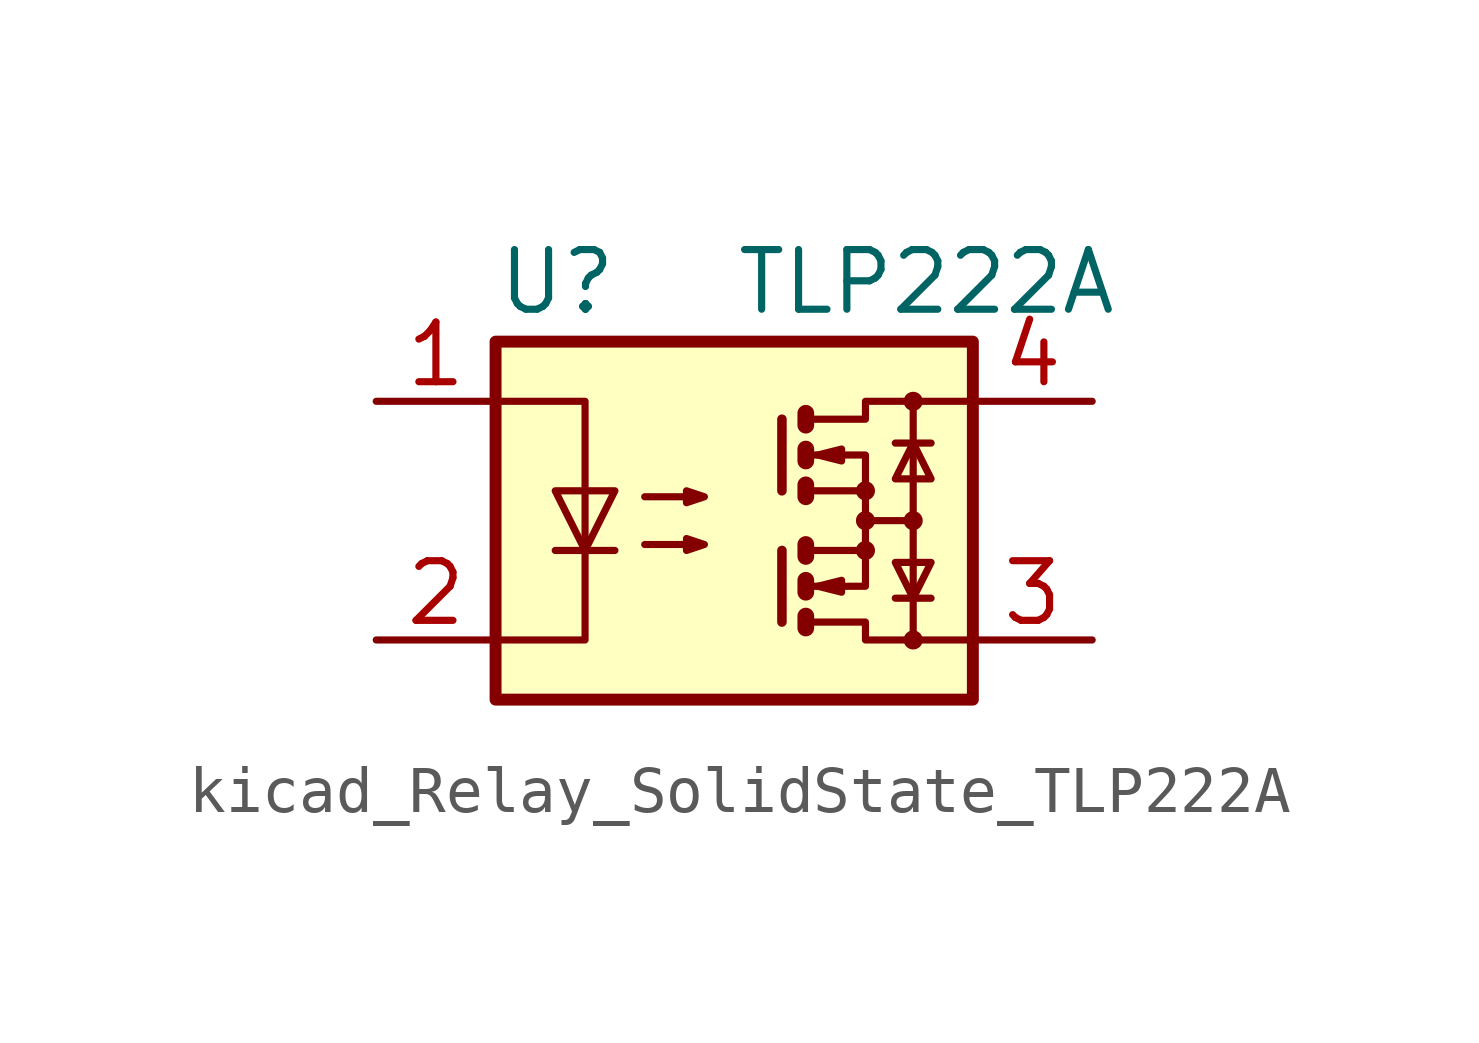
<source format=kicad_sym>
(kicad_symbol_lib
  (version 20220914)
  (generator kicad_symbol_editor)
  (symbol "kicad_Relay_SolidState_TLP222A"
    (property "Reference" "U"
      (at -5.08 5.08 0)
      (effects (font (size 1.27 1.27)) (justify left)))
    (property "Value" "TLP222A"
      (at 0 5.08 0)
      (effects (font (size 1.27 1.27)) (justify left)))
    (symbol "kicad_Relay_SolidState_TLP222A_0_1"
      (rectangle (start -5.08 3.81) (end 5.08 -3.81) (stroke (width 0.254) (type default)) (fill (type background)))
      (polyline (pts (xy -3.81 -0.635) (xy -2.54 -0.635)) (stroke (width 0) (type default)) (fill (type none)))
      (polyline (pts (xy 1.016 -0.635) (xy 1.016 -2.159)) (stroke (width 0.203) (type default)) (fill (type none)))
      (polyline (pts (xy 1.016 2.159) (xy 1.016 0.635)) (stroke (width 0.203) (type default)) (fill (type none)))
      (polyline (pts (xy 1.524 -0.508) (xy 1.524 -0.762)) (stroke (width 0.356) (type default)) (fill (type none)))
      (polyline (pts (xy 2.794 0) (xy 3.81 0)) (stroke (width 0) (type default)) (fill (type none)))
      (polyline (pts (xy 3.429 -1.651) (xy 4.191 -1.651)) (stroke (width 0) (type default)) (fill (type none)))
      (polyline (pts (xy 3.429 1.651) (xy 4.191 1.651)) (stroke (width 0) (type default)) (fill (type none)))
      (polyline (pts (xy 3.81 -2.54) (xy 3.81 2.54)) (stroke (width 0) (type default)) (fill (type none)))
      (polyline (pts (xy 1.524 -2.032) (xy 1.524 -2.286) (xy 1.524 -2.286)) (stroke (width 0.356) (type default)) (fill (type none)))
      (polyline (pts (xy 1.524 -1.27) (xy 1.524 -1.524) (xy 1.524 -1.524)) (stroke (width 0.356) (type default)) (fill (type none)))
      (polyline (pts (xy 1.524 0.762) (xy 1.524 0.508) (xy 1.524 0.508)) (stroke (width 0.356) (type default)) (fill (type none)))
      (polyline (pts (xy 1.524 1.524) (xy 1.524 1.27) (xy 1.524 1.27)) (stroke (width 0.356) (type default)) (fill (type none)))
      (polyline (pts (xy 1.524 2.286) (xy 1.524 2.032) (xy 1.524 2.032)) (stroke (width 0.356) (type default)) (fill (type none)))
      (polyline (pts (xy 1.651 -1.397) (xy 2.794 -1.397) (xy 2.794 -0.635)) (stroke (width 0) (type default)) (fill (type none)))
      (polyline (pts (xy 1.651 1.397) (xy 2.794 1.397) (xy 2.794 0.635)) (stroke (width 0) (type default)) (fill (type none)))
      (polyline (pts (xy -5.08 2.54) (xy -3.175 2.54) (xy -3.175 -2.54) (xy -5.08 -2.54)) (stroke (width 0) (type default)) (fill (type none)))
      (polyline (pts (xy -3.175 -0.635) (xy -3.81 0.635) (xy -2.54 0.635) (xy -3.175 -0.635)) (stroke (width 0) (type default)) (fill (type none)))
      (polyline (pts (xy 1.651 -2.159) (xy 2.794 -2.159) (xy 2.794 -2.54) (xy 5.08 -2.54)) (stroke (width 0) (type default)) (fill (type none)))
      (polyline (pts (xy 1.651 -0.635) (xy 2.794 -0.635) (xy 2.794 0.635) (xy 1.651 0.635)) (stroke (width 0) (type default)) (fill (type none)))
      (polyline (pts (xy 1.651 2.159) (xy 2.794 2.159) (xy 2.794 2.54) (xy 5.08 2.54)) (stroke (width 0) (type default)) (fill (type none)))
      (polyline (pts (xy 1.778 -1.397) (xy 2.286 -1.27) (xy 2.286 -1.524) (xy 1.778 -1.397)) (stroke (width 0) (type default)) (fill (type none)))
      (polyline (pts (xy 1.778 1.397) (xy 2.286 1.524) (xy 2.286 1.27) (xy 1.778 1.397)) (stroke (width 0) (type default)) (fill (type none)))
      (polyline (pts (xy 3.81 -1.651) (xy 3.429 -0.889) (xy 4.191 -0.889) (xy 3.81 -1.651)) (stroke (width 0) (type default)) (fill (type none)))
      (polyline (pts (xy 3.81 1.651) (xy 3.429 0.889) (xy 4.191 0.889) (xy 3.81 1.651)) (stroke (width 0) (type default)) (fill (type none)))
      (polyline (pts (xy -1.905 -0.508) (xy -0.635 -0.508) (xy -1.016 -0.635) (xy -1.016 -0.381) (xy -0.635 -0.508)) (stroke (width 0) (type default)) (fill (type none)))
      (polyline (pts (xy -1.905 0.508) (xy -0.635 0.508) (xy -1.016 0.381) (xy -1.016 0.635) (xy -0.635 0.508)) (stroke (width 0) (type default)) (fill (type none)))
      (circle (center 2.794 -0.635) (radius 0.127) (stroke (width 0) (type default)) (fill (type none)))
      (circle (center 2.794 0) (radius 0.127) (stroke (width 0) (type default)) (fill (type none)))
      (circle (center 2.794 0.635) (radius 0.127) (stroke (width 0) (type default)) (fill (type none)))
      (circle (center 3.81 -2.54) (radius 0.127) (stroke (width 0) (type default)) (fill (type none)))
      (circle (center 3.81 0) (radius 0.127) (stroke (width 0) (type default)) (fill (type none)))
      (circle (center 3.81 2.54) (radius 0.127) (stroke (width 0) (type default)) (fill (type none))))
    (symbol "kicad_Relay_SolidState_TLP222A_1_1"
      (pin passive line (at -7.62 2.54 0) (length 2.54) (name "~" (effects (font (size 1.27 1.27)))) (number "1" (effects (font (size 1.27 1.27)))))
      (pin passive line (at -7.62 -2.54 0) (length 2.54) (name "~" (effects (font (size 1.27 1.27)))) (number "2" (effects (font (size 1.27 1.27)))))
      (pin passive line (at 7.62 -2.54 180) (length 2.54) (name "~" (effects (font (size 1.27 1.27)))) (number "3" (effects (font (size 1.27 1.27)))))
      (pin passive line (at 7.62 2.54 180) (length 2.54) (name "~" (effects (font (size 1.27 1.27)))) (number "4" (effects (font (size 1.27 1.27))))))))
</source>
